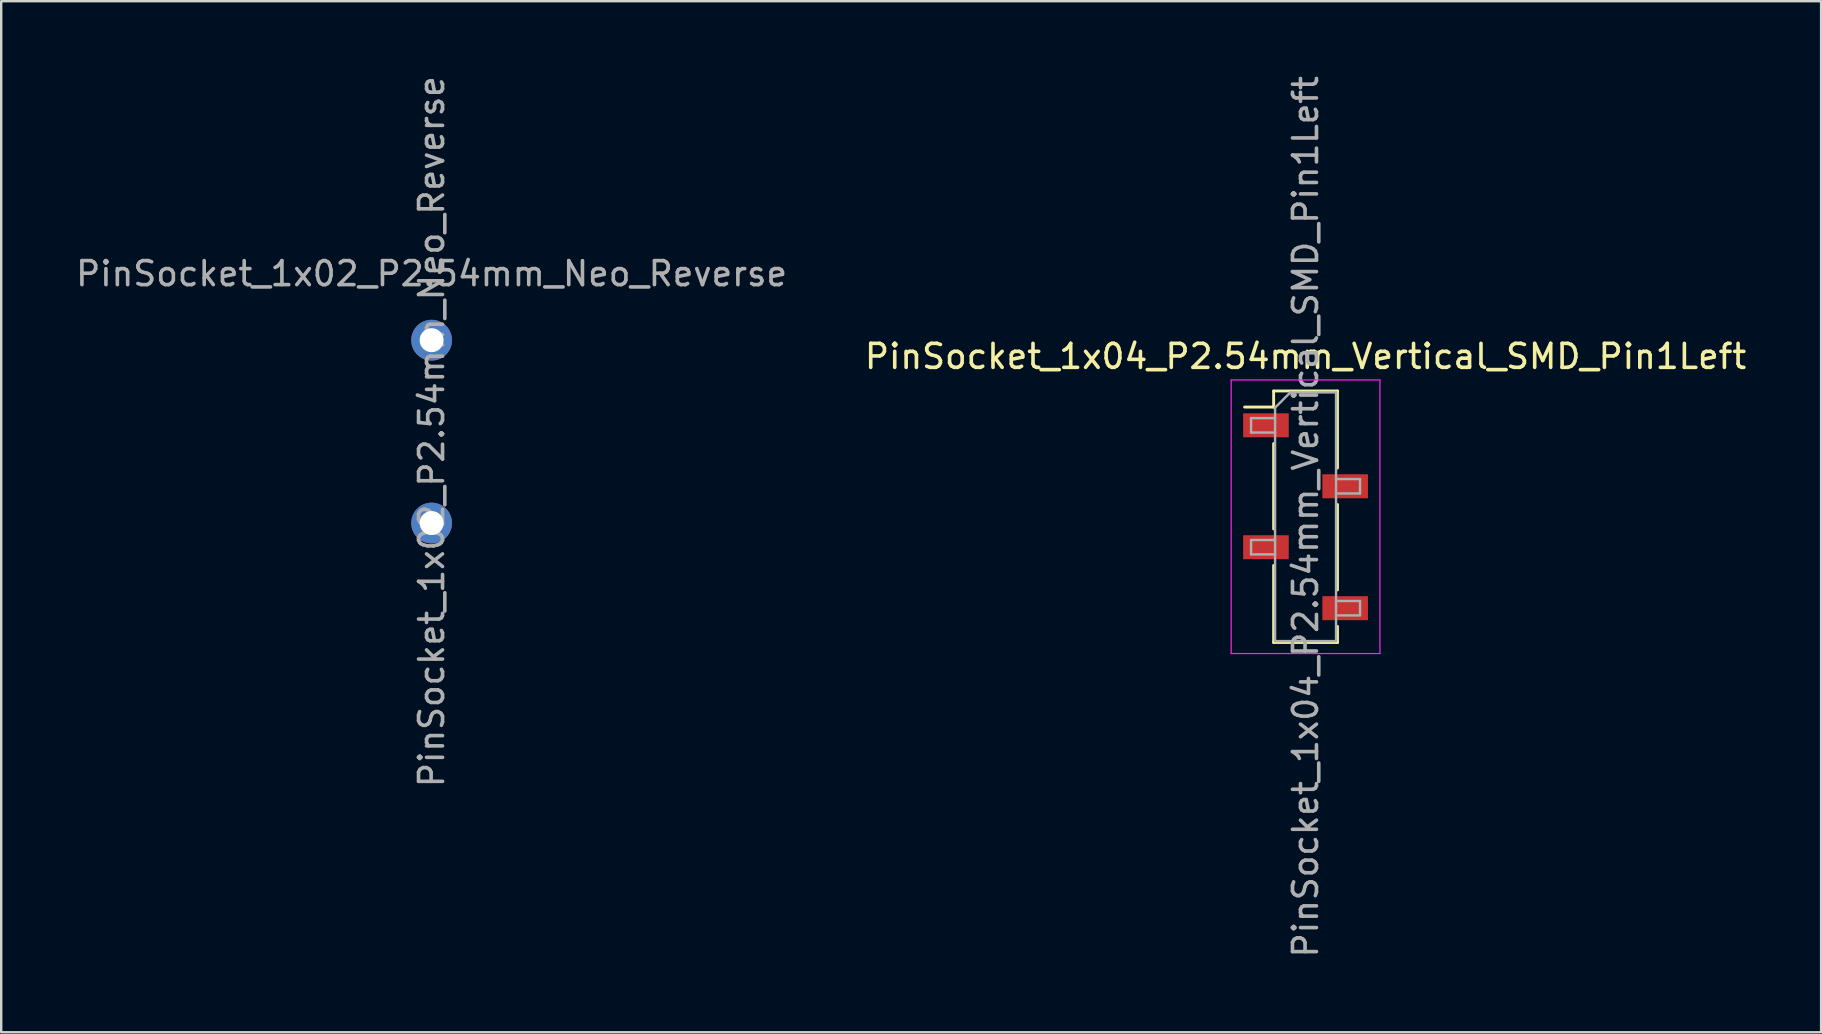
<source format=kicad_pcb>
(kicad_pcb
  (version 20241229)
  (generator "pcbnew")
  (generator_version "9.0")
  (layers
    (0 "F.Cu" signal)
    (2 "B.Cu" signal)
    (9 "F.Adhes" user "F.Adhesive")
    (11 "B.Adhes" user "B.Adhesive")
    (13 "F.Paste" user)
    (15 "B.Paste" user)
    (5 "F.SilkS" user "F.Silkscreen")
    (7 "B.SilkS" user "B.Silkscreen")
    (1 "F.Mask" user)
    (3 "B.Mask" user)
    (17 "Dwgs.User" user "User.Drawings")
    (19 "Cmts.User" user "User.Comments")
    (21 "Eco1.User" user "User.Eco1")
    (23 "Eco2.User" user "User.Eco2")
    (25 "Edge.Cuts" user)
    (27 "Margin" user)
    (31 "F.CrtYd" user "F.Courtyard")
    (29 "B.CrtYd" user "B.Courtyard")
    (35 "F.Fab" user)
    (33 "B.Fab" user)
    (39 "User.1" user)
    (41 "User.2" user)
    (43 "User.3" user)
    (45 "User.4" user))
  (footprint "PinSocket_1x02_P2.54mm_Neo_Reverse"
    (layer "F.Cu")
    (at 14.935 11.125)
    (property "Reference" "PinSocket_1x02_P2.54mm_Neo_Reverse" (at 0 -2.77 0) (layer "F.Fab") (effects (font (size 1 1) (thickness 0.15))))
    (attr through_hole)
    (fp_text user "${REFERENCE}" (at 0 3.81 90) (layer "F.Fab") (effects (font (size 1 1) (thickness 0.15))))
    (pad "1" thru_hole circle (at 0 0) (size 1.7 1.7) (drill 1) (layers "*.Cu" "*.Mask"))
    (pad "2" thru_hole oval (at 0 7.62) (size 1.7 1.7) (drill 1) (layers "*.Cu" "*.Mask")))
  (footprint "PinSocket_1x04_P2.54mm_Vertical_SMD_Pin1Left"
    (layer "F.Cu")
    (at 51.351 18.482)
    (property "Reference" "PinSocket_1x04_P2.54mm_Vertical_SMD_Pin1Left" (at 0 -6.68 0) (layer "F.SilkS") (effects (font (size 1 1) (thickness 0.15))))
    (attr smd)
    (fp_line (start -2.54 -4.57) (end -1.33 -4.57) (stroke (width 0.12) (type solid)) (layer "F.SilkS"))
    (fp_line (start -1.33 -5.24) (end -1.33 -4.57) (stroke (width 0.12) (type solid)) (layer "F.SilkS"))
    (fp_line (start -1.33 -5.24) (end 1.33 -5.24) (stroke (width 0.12) (type solid)) (layer "F.SilkS"))
    (fp_line (start -1.33 -3.05) (end -1.33 0.51) (stroke (width 0.12) (type solid)) (layer "F.SilkS"))
    (fp_line (start -1.33 2.03) (end -1.33 5.24) (stroke (width 0.12) (type solid)) (layer "F.SilkS"))
    (fp_line (start -1.33 5.24) (end 1.33 5.24) (stroke (width 0.12) (type solid)) (layer "F.SilkS"))
    (fp_line (start 1.33 -5.24) (end 1.33 -2.03) (stroke (width 0.12) (type solid)) (layer "F.SilkS"))
    (fp_line (start 1.33 -0.51) (end 1.33 3.05) (stroke (width 0.12) (type solid)) (layer "F.SilkS"))
    (fp_line (start 1.33 4.57) (end 1.33 5.24) (stroke (width 0.12) (type solid)) (layer "F.SilkS"))
    (fp_line (start -3.1 -5.7) (end 3.1 -5.7) (stroke (width 0.05) (type solid)) (layer "F.CrtYd"))
    (fp_line (start -3.1 5.7) (end -3.1 -5.7) (stroke (width 0.05) (type solid)) (layer "F.CrtYd"))
    (fp_line (start 3.1 -5.7) (end 3.1 5.7) (stroke (width 0.05) (type solid)) (layer "F.CrtYd"))
    (fp_line (start 3.1 5.7) (end -3.1 5.7) (stroke (width 0.05) (type solid)) (layer "F.CrtYd"))
    (fp_line (start -2.27 -4.11) (end -1.27 -4.11) (stroke (width 0.1) (type solid)) (layer "F.Fab"))
    (fp_line (start -2.27 -3.51) (end -2.27 -4.11) (stroke (width 0.1) (type solid)) (layer "F.Fab"))
    (fp_line (start -2.27 0.97) (end -1.27 0.97) (stroke (width 0.1) (type solid)) (layer "F.Fab"))
    (fp_line (start -2.27 1.57) (end -2.27 0.97) (stroke (width 0.1) (type solid)) (layer "F.Fab"))
    (fp_line (start -1.27 -4.545) (end -0.635 -5.18) (stroke (width 0.1) (type solid)) (layer "F.Fab"))
    (fp_line (start -1.27 -3.51) (end -2.27 -3.51) (stroke (width 0.1) (type solid)) (layer "F.Fab"))
    (fp_line (start -1.27 1.57) (end -2.27 1.57) (stroke (width 0.1) (type solid)) (layer "F.Fab"))
    (fp_line (start -1.27 5.18) (end -1.27 -4.545) (stroke (width 0.1) (type solid)) (layer "F.Fab"))
    (fp_line (start -0.635 -5.18) (end 1.27 -5.18) (stroke (width 0.1) (type solid)) (layer "F.Fab"))
    (fp_line (start 1.27 -5.18) (end 1.27 5.18) (stroke (width 0.1) (type solid)) (layer "F.Fab"))
    (fp_line (start 1.27 -1.57) (end 2.27 -1.57) (stroke (width 0.1) (type solid)) (layer "F.Fab"))
    (fp_line (start 1.27 3.51) (end 2.27 3.51) (stroke (width 0.1) (type solid)) (layer "F.Fab"))
    (fp_line (start 1.27 5.18) (end -1.27 5.18) (stroke (width 0.1) (type solid)) (layer "F.Fab"))
    (fp_line (start 2.27 -1.57) (end 2.27 -0.97) (stroke (width 0.1) (type solid)) (layer "F.Fab"))
    (fp_line (start 2.27 -0.97) (end 1.27 -0.97) (stroke (width 0.1) (type solid)) (layer "F.Fab"))
    (fp_line (start 2.27 3.51) (end 2.27 4.11) (stroke (width 0.1) (type solid)) (layer "F.Fab"))
    (fp_line (start 2.27 4.11) (end 1.27 4.11) (stroke (width 0.1) (type solid)) (layer "F.Fab"))
    (fp_text user "${REFERENCE}" (at 0 0 90) (layer "F.Fab") (effects (font (size 1 1) (thickness 0.15))))
    (pad "1" smd rect (at -1.65 -3.81) (size 1.9 1) (layers "F.Cu" "F.Mask" "F.Paste"))
    (pad "2" smd rect (at 1.65 -1.27) (size 1.9 1) (layers "F.Cu" "F.Mask" "F.Paste"))
    (pad "3" smd rect (at -1.65 1.27) (size 1.9 1) (layers "F.Cu" "F.Mask" "F.Paste"))
    (pad "4" smd rect (at 1.65 3.81) (size 1.9 1) (layers "F.Cu" "F.Mask" "F.Paste")))
  (gr_rect
    (start -3 -3)
    (end 72.833 39.964)
    (stroke (width 0.1) (type default))
    (fill no)
    (layer "Edge.Cuts")))
</source>
